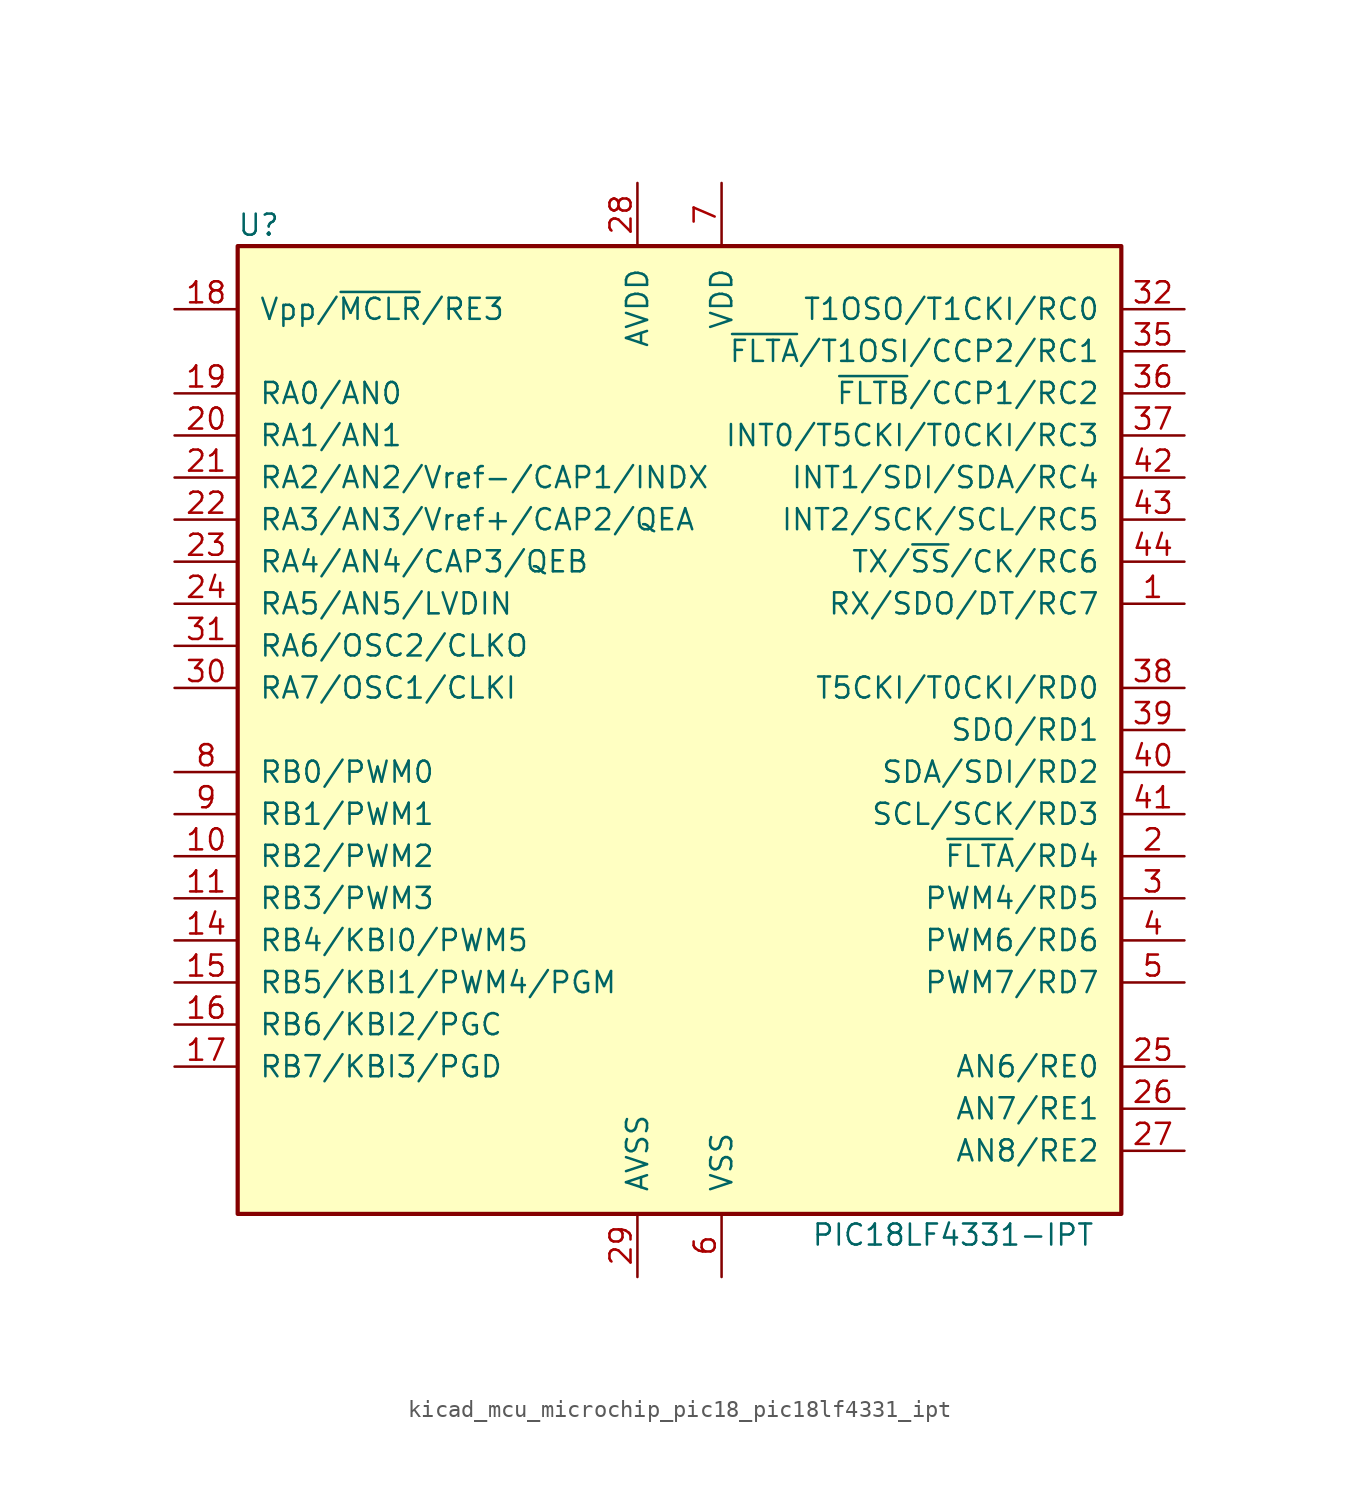
<source format=kicad_sym>
(kicad_symbol_lib
  (version 20220914)
  (generator kicad_symbol_editor)
  (symbol "kicad_mcu_microchip_pic18_pic18lf4331_ipt"
    (pin_names
      (offset 1.27))
    (property "Reference" "U"
      (at -25.4 30.48 0)
      (effects (font (size 1.27 1.27))))
    (property "Value" "PIC18LF4331-IPT"
      (at 16.51 -30.48 0)
      (effects (font (size 1.27 1.27))))
    (symbol "kicad_mcu_microchip_pic18_pic18lf4331_ipt_0_1"
      (rectangle (start -26.67 29.21) (end 26.67 -29.21) (stroke (width 0.254) (type default)) (fill (type background))))
    (symbol "kicad_mcu_microchip_pic18_pic18lf4331_ipt_1_1"
      (pin bidirectional line (at 30.48 7.62 180) (length 3.81) (name "RX/SDO/DT/RC7" (effects (font (size 1.27 1.27)))) (number "1" (effects (font (size 1.27 1.27)))))
      (pin bidirectional line (at -30.48 -7.62 0) (length 3.81) (name "RB2/PWM2" (effects (font (size 1.27 1.27)))) (number "10" (effects (font (size 1.27 1.27)))))
      (pin bidirectional line (at -30.48 -10.16 0) (length 3.81) (name "RB3/PWM3" (effects (font (size 1.27 1.27)))) (number "11" (effects (font (size 1.27 1.27)))))
      (pin no_connect line (at -15.24 -29.21 90) (length 3.81) hide (name "NC" (effects (font (size 1.27 1.27)))) (number "12" (effects (font (size 1.27 1.27)))))
      (pin no_connect line (at -12.7 -29.21 90) (length 3.81) hide (name "NC" (effects (font (size 1.27 1.27)))) (number "13" (effects (font (size 1.27 1.27)))))
      (pin bidirectional line (at -30.48 -12.7 0) (length 3.81) (name "RB4/KBI0/PWM5" (effects (font (size 1.27 1.27)))) (number "14" (effects (font (size 1.27 1.27)))))
      (pin bidirectional line (at -30.48 -15.24 0) (length 3.81) (name "RB5/KBI1/PWM4/PGM" (effects (font (size 1.27 1.27)))) (number "15" (effects (font (size 1.27 1.27)))))
      (pin bidirectional line (at -30.48 -17.78 0) (length 3.81) (name "RB6/KBI2/PGC" (effects (font (size 1.27 1.27)))) (number "16" (effects (font (size 1.27 1.27)))))
      (pin bidirectional line (at -30.48 -20.32 0) (length 3.81) (name "RB7/KBI3/PGD" (effects (font (size 1.27 1.27)))) (number "17" (effects (font (size 1.27 1.27)))))
      (pin input line (at -30.48 25.4 0) (length 3.81) (name "Vpp/~{MCLR}/RE3" (effects (font (size 1.27 1.27)))) (number "18" (effects (font (size 1.27 1.27)))))
      (pin bidirectional line (at -30.48 20.32 0) (length 3.81) (name "RA0/AN0" (effects (font (size 1.27 1.27)))) (number "19" (effects (font (size 1.27 1.27)))))
      (pin bidirectional line (at 30.48 -7.62 180) (length 3.81) (name "~{FLTA}/RD4" (effects (font (size 1.27 1.27)))) (number "2" (effects (font (size 1.27 1.27)))))
      (pin bidirectional line (at -30.48 17.78 0) (length 3.81) (name "RA1/AN1" (effects (font (size 1.27 1.27)))) (number "20" (effects (font (size 1.27 1.27)))))
      (pin bidirectional line (at -30.48 15.24 0) (length 3.81) (name "RA2/AN2/Vref-/CAP1/INDX" (effects (font (size 1.27 1.27)))) (number "21" (effects (font (size 1.27 1.27)))))
      (pin bidirectional line (at -30.48 12.7 0) (length 3.81) (name "RA3/AN3/Vref+/CAP2/QEA" (effects (font (size 1.27 1.27)))) (number "22" (effects (font (size 1.27 1.27)))))
      (pin bidirectional line (at -30.48 10.16 0) (length 3.81) (name "RA4/AN4/CAP3/QEB" (effects (font (size 1.27 1.27)))) (number "23" (effects (font (size 1.27 1.27)))))
      (pin bidirectional line (at -30.48 7.62 0) (length 3.81) (name "RA5/AN5/LVDIN" (effects (font (size 1.27 1.27)))) (number "24" (effects (font (size 1.27 1.27)))))
      (pin bidirectional line (at 30.48 -20.32 180) (length 3.81) (name "AN6/RE0" (effects (font (size 1.27 1.27)))) (number "25" (effects (font (size 1.27 1.27)))))
      (pin bidirectional line (at 30.48 -22.86 180) (length 3.81) (name "AN7/RE1" (effects (font (size 1.27 1.27)))) (number "26" (effects (font (size 1.27 1.27)))))
      (pin bidirectional line (at 30.48 -25.4 180) (length 3.81) (name "AN8/RE2" (effects (font (size 1.27 1.27)))) (number "27" (effects (font (size 1.27 1.27)))))
      (pin power_in line (at -2.54 33.02 270) (length 3.81) (name "AVDD" (effects (font (size 1.27 1.27)))) (number "28" (effects (font (size 1.27 1.27)))))
      (pin power_in line (at -2.54 -33.02 90) (length 3.81) (name "AVSS" (effects (font (size 1.27 1.27)))) (number "29" (effects (font (size 1.27 1.27)))))
      (pin bidirectional line (at 30.48 -10.16 180) (length 3.81) (name "PWM4/RD5" (effects (font (size 1.27 1.27)))) (number "3" (effects (font (size 1.27 1.27)))))
      (pin bidirectional line (at -30.48 2.54 0) (length 3.81) (name "RA7/OSC1/CLKI" (effects (font (size 1.27 1.27)))) (number "30" (effects (font (size 1.27 1.27)))))
      (pin bidirectional line (at -30.48 5.08 0) (length 3.81) (name "RA6/OSC2/CLKO" (effects (font (size 1.27 1.27)))) (number "31" (effects (font (size 1.27 1.27)))))
      (pin bidirectional line (at 30.48 25.4 180) (length 3.81) (name "T1OSO/T1CKI/RC0" (effects (font (size 1.27 1.27)))) (number "32" (effects (font (size 1.27 1.27)))))
      (pin no_connect line (at -10.16 -29.21 90) (length 3.81) hide (name "NC" (effects (font (size 1.27 1.27)))) (number "33" (effects (font (size 1.27 1.27)))))
      (pin no_connect line (at -7.62 -29.21 90) (length 3.81) hide (name "NC" (effects (font (size 1.27 1.27)))) (number "34" (effects (font (size 1.27 1.27)))))
      (pin bidirectional line (at 30.48 22.86 180) (length 3.81) (name "~{FLTA}/T1OSI/CCP2/RC1" (effects (font (size 1.27 1.27)))) (number "35" (effects (font (size 1.27 1.27)))))
      (pin bidirectional line (at 30.48 20.32 180) (length 3.81) (name "~{FLTB}/CCP1/RC2" (effects (font (size 1.27 1.27)))) (number "36" (effects (font (size 1.27 1.27)))))
      (pin bidirectional line (at 30.48 17.78 180) (length 3.81) (name "INT0/T5CKI/T0CKI/RC3" (effects (font (size 1.27 1.27)))) (number "37" (effects (font (size 1.27 1.27)))))
      (pin bidirectional line (at 30.48 2.54 180) (length 3.81) (name "T5CKI/T0CKI/RD0" (effects (font (size 1.27 1.27)))) (number "38" (effects (font (size 1.27 1.27)))))
      (pin bidirectional line (at 30.48 0 180) (length 3.81) (name "SDO/RD1" (effects (font (size 1.27 1.27)))) (number "39" (effects (font (size 1.27 1.27)))))
      (pin bidirectional line (at 30.48 -12.7 180) (length 3.81) (name "PWM6/RD6" (effects (font (size 1.27 1.27)))) (number "4" (effects (font (size 1.27 1.27)))))
      (pin bidirectional line (at 30.48 -2.54 180) (length 3.81) (name "SDA/SDI/RD2" (effects (font (size 1.27 1.27)))) (number "40" (effects (font (size 1.27 1.27)))))
      (pin bidirectional line (at 30.48 -5.08 180) (length 3.81) (name "SCL/SCK/RD3" (effects (font (size 1.27 1.27)))) (number "41" (effects (font (size 1.27 1.27)))))
      (pin bidirectional line (at 30.48 15.24 180) (length 3.81) (name "INT1/SDI/SDA/RC4" (effects (font (size 1.27 1.27)))) (number "42" (effects (font (size 1.27 1.27)))))
      (pin bidirectional line (at 30.48 12.7 180) (length 3.81) (name "INT2/SCK/SCL/RC5" (effects (font (size 1.27 1.27)))) (number "43" (effects (font (size 1.27 1.27)))))
      (pin bidirectional line (at 30.48 10.16 180) (length 3.81) (name "TX/~{SS}/CK/RC6" (effects (font (size 1.27 1.27)))) (number "44" (effects (font (size 1.27 1.27)))))
      (pin bidirectional line (at 30.48 -15.24 180) (length 3.81) (name "PWM7/RD7" (effects (font (size 1.27 1.27)))) (number "5" (effects (font (size 1.27 1.27)))))
      (pin power_in line (at 2.54 -33.02 90) (length 3.81) (name "VSS" (effects (font (size 1.27 1.27)))) (number "6" (effects (font (size 1.27 1.27)))))
      (pin power_in line (at 2.54 33.02 270) (length 3.81) (name "VDD" (effects (font (size 1.27 1.27)))) (number "7" (effects (font (size 1.27 1.27)))))
      (pin bidirectional line (at -30.48 -2.54 0) (length 3.81) (name "RB0/PWM0" (effects (font (size 1.27 1.27)))) (number "8" (effects (font (size 1.27 1.27)))))
      (pin bidirectional line (at -30.48 -5.08 0) (length 3.81) (name "RB1/PWM1" (effects (font (size 1.27 1.27)))) (number "9" (effects (font (size 1.27 1.27))))))))
</source>
